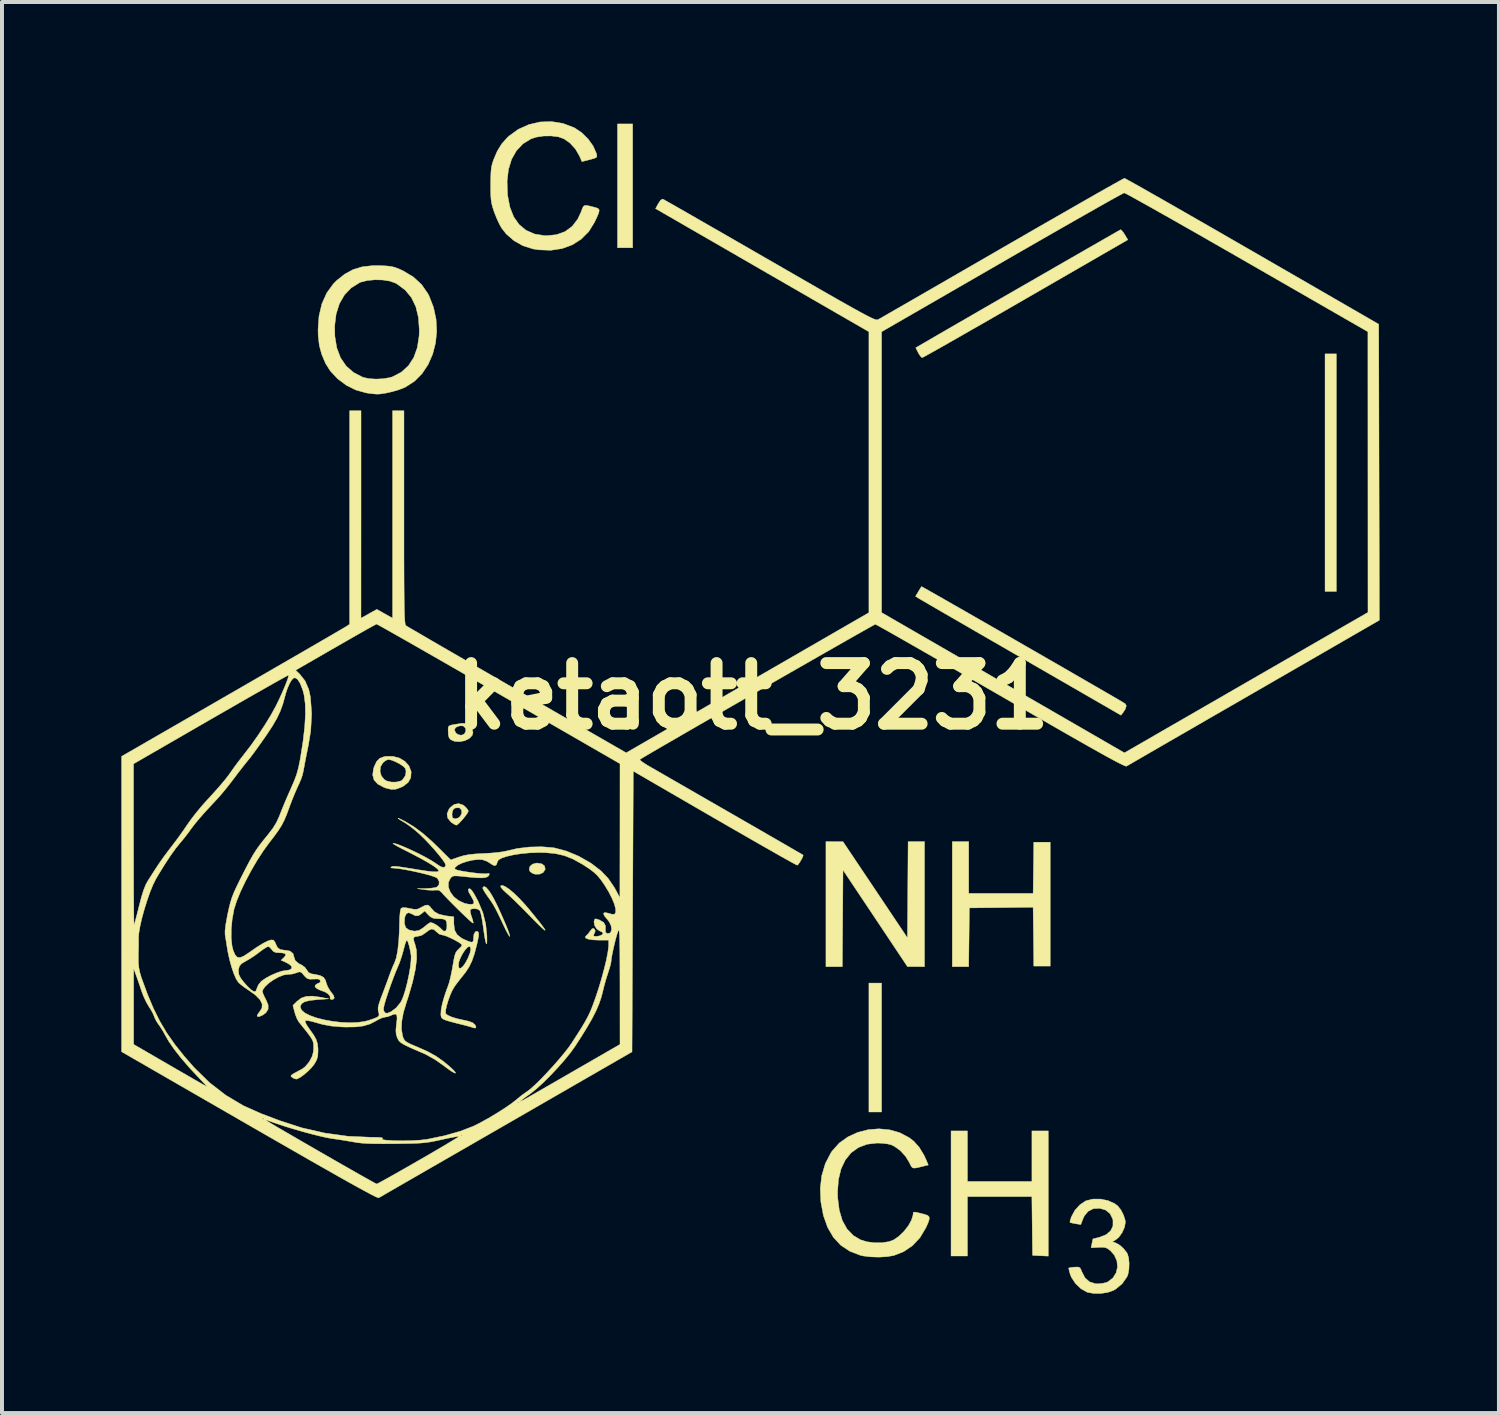
<source format=kicad_pcb>
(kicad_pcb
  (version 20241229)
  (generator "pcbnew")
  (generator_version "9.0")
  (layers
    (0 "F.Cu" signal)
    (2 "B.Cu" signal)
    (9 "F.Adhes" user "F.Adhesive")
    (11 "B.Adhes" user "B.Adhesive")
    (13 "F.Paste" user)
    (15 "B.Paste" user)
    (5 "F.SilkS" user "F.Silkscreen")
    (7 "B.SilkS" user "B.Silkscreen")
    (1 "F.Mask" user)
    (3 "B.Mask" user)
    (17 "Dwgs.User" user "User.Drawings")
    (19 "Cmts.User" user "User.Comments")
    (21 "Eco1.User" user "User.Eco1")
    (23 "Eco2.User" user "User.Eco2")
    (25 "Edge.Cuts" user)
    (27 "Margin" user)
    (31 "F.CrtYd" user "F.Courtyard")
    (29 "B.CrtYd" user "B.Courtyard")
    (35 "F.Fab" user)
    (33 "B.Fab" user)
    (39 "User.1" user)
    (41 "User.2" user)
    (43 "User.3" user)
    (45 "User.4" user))
  (footprint "ketaott_3231"
    (layer "F.Cu")
    (at 15.864 14.447)
    (property "Reference" "ketaott_3231" (at 0 0 0) (layer "F.SilkS") (effects (font (size 1.524 1.524) (thickness 0.3))))
    (attr through_hole)
    (fp_poly (pts (xy -3.016 -11.271) (xy -3.397 -11.271) (xy -3.397 -14.383) (xy -3.016 -14.383) (xy -3.016 -11.271)) (stroke (width 0.01) (type solid)) (fill yes) (layer "F.SilkS"))
    (fp_poly (pts (xy 3.239 10.446) (xy 2.921 10.446) (xy 2.921 7.207) (xy 3.239 7.207) (xy 3.239 10.446)) (stroke (width 0.01) (type solid)) (fill yes) (layer "F.SilkS"))
    (fp_poly (pts (xy 14.668 -2.635) (xy 14.383 -2.635) (xy 14.383 -8.604) (xy 14.668 -8.604) (xy 14.668 -2.635)) (stroke (width 0.01) (type solid)) (fill yes) (layer "F.SilkS"))
    (fp_poly (pts (xy -5.302 4.209) (xy -5.232 4.26) (xy -5.214 4.337) (xy -5.218 4.357) (xy -5.265 4.429) (xy -5.353 4.469) (xy -5.462 4.471) (xy -5.524 4.454) (xy -5.596 4.404) (xy -5.617 4.338) (xy -5.594 4.271) (xy -5.532 4.218) (xy -5.438 4.192) (xy -5.417 4.191) (xy -5.302 4.209)) (stroke (width 0.01) (type solid)) (fill yes) (layer "F.SilkS"))
    (fp_poly (pts (xy 5.397 12.192) (xy 7.017 12.192) (xy 7.017 10.922) (xy 7.429 10.922) (xy 7.429 14.068) (xy 7.231 14.059) (xy 7.033 14.049) (xy 7.024 13.311) (xy 7.016 12.573) (xy 5.397 12.573) (xy 5.397 14.065) (xy 4.985 14.065) (xy 4.985 10.922) (xy 5.397 10.922) (xy 5.397 12.192)) (stroke (width 0.01) (type solid)) (fill yes) (layer "F.SilkS"))
    (fp_poly (pts (xy 4.318 6.795) (xy 4.104 6.793) (xy 3.889 6.792) (xy 3.08 5.579) (xy 2.27 4.366) (xy 2.253 6.795) (xy 1.841 6.795) (xy 1.841 3.651) (xy 2.056 3.653) (xy 2.27 3.654) (xy 3.08 4.862) (xy 3.889 6.07) (xy 3.898 4.861) (xy 3.906 3.651) (xy 4.318 3.651) (xy 4.318 6.795)) (stroke (width 0.01) (type solid)) (fill yes) (layer "F.SilkS"))
    (fp_poly (pts (xy 5.429 4.953) (xy 7.047 4.953) (xy 7.056 4.31) (xy 7.064 3.667) (xy 7.477 3.667) (xy 7.477 6.779) (xy 7.064 6.779) (xy 7.056 6.04) (xy 7.047 5.301) (xy 6.246 5.31) (xy 5.445 5.318) (xy 5.437 6.056) (xy 5.428 6.795) (xy 5.016 6.795) (xy 5.016 3.651) (xy 5.429 3.651) (xy 5.429 4.953)) (stroke (width 0.01) (type solid)) (fill yes) (layer "F.SilkS"))
    (fp_poly (pts (xy -6.218 4.781) (xy -6.115 4.851) (xy -5.991 4.956) (xy -5.853 5.091) (xy -5.706 5.251) (xy -5.624 5.347) (xy -5.459 5.549) (xy -5.335 5.704) (xy -5.254 5.811) (xy -5.215 5.871) (xy -5.219 5.883) (xy -5.264 5.849) (xy -5.352 5.767) (xy -5.482 5.638) (xy -5.621 5.496) (xy -5.763 5.351) (xy -5.904 5.211) (xy -6.032 5.087) (xy -6.135 4.99) (xy -6.187 4.944) (xy -6.271 4.867) (xy -6.324 4.803) (xy -6.336 4.766) (xy -6.336 4.766) (xy -6.293 4.751) (xy -6.218 4.781)) (stroke (width 0.01) (type solid)) (fill yes) (layer "F.SilkS"))
    (fp_poly (pts (xy -6.7 4.802) (xy -6.629 4.884) (xy -6.563 4.984) (xy -6.509 5.081) (xy -6.443 5.21) (xy -6.372 5.359) (xy -6.301 5.517) (xy -6.233 5.672) (xy -6.174 5.813) (xy -6.13 5.929) (xy -6.105 6.008) (xy -6.102 6.036) (xy -6.119 6.022) (xy -6.156 5.961) (xy -6.207 5.864) (xy -6.251 5.772) (xy -6.339 5.585) (xy -6.407 5.445) (xy -6.461 5.338) (xy -6.508 5.254) (xy -6.554 5.18) (xy -6.606 5.105) (xy -6.651 5.042) (xy -6.718 4.944) (xy -6.766 4.863) (xy -6.785 4.816) (xy -6.784 4.811) (xy -6.752 4.778) (xy -6.7 4.802)) (stroke (width 0.01) (type solid)) (fill yes) (layer "F.SilkS"))
    (fp_poly (pts (xy -7.274 2.734) (xy -7.222 2.777) (xy -7.169 2.837) (xy -7.144 2.881) (xy -7.144 2.884) (xy -7.164 2.929) (xy -7.214 3.001) (xy -7.281 3.084) (xy -7.351 3.162) (xy -7.411 3.219) (xy -7.446 3.239) (xy -7.496 3.219) (xy -7.567 3.172) (xy -7.586 3.156) (xy -7.664 3.059) (xy -7.678 2.965) (xy -7.556 2.965) (xy -7.548 3.037) (xy -7.535 3.059) (xy -7.475 3.08) (xy -7.399 3.057) (xy -7.352 3.019) (xy -7.311 2.941) (xy -7.313 2.865) (xy -7.356 2.812) (xy -7.392 2.8) (xy -7.469 2.807) (xy -7.511 2.827) (xy -7.543 2.884) (xy -7.556 2.965) (xy -7.678 2.965) (xy -7.68 2.953) (xy -7.633 2.839) (xy -7.601 2.796) (xy -7.5 2.717) (xy -7.387 2.696) (xy -7.274 2.734)) (stroke (width 0.01) (type solid)) (fill yes) (layer "F.SilkS"))
    (fp_poly (pts (xy -7.193 0.683) (xy -7.104 0.734) (xy -7.05 0.821) (xy -7.028 0.911) (xy -7.047 0.981) (xy -7.123 1.062) (xy -7.237 1.117) (xy -7.368 1.141) (xy -7.495 1.131) (xy -7.581 1.094) (xy -7.626 1.048) (xy -7.647 0.979) (xy -7.652 0.889) (xy -7.652 0.84) (xy -7.493 0.84) (xy -7.466 0.914) (xy -7.402 0.963) (xy -7.322 0.979) (xy -7.25 0.95) (xy -7.245 0.946) (xy -7.208 0.875) (xy -7.216 0.802) (xy -7.265 0.75) (xy -7.284 0.744) (xy -7.367 0.743) (xy -7.444 0.772) (xy -7.489 0.82) (xy -7.493 0.84) (xy -7.652 0.84) (xy -7.653 0.82) (xy -7.649 0.774) (xy -7.629 0.745) (xy -7.582 0.725) (xy -7.497 0.709) (xy -7.364 0.688) (xy -7.319 0.681) (xy -7.193 0.683)) (stroke (width 0.01) (type solid)) (fill yes) (layer "F.SilkS"))
    (fp_poly (pts (xy 9.275 -11.705) (xy 9.322 -11.644) (xy 9.349 -11.602) (xy 9.427 -11.472) (xy 6.861 -9.991) (xy 6.49 -9.777) (xy 6.134 -9.572) (xy 5.797 -9.378) (xy 5.483 -9.199) (xy 5.197 -9.035) (xy 4.941 -8.889) (xy 4.72 -8.764) (xy 4.538 -8.661) (xy 4.398 -8.583) (xy 4.305 -8.532) (xy 4.262 -8.51) (xy 4.259 -8.509) (xy 4.225 -8.535) (xy 4.179 -8.6) (xy 4.161 -8.633) (xy 4.097 -8.758) (xy 4.343 -8.901) (xy 4.489 -8.986) (xy 4.673 -9.093) (xy 4.892 -9.22) (xy 5.139 -9.363) (xy 5.412 -9.52) (xy 5.703 -9.689) (xy 6.01 -9.866) (xy 6.327 -10.049) (xy 6.65 -10.235) (xy 6.974 -10.421) (xy 7.293 -10.605) (xy 7.605 -10.785) (xy 7.903 -10.956) (xy 8.183 -11.117) (xy 8.44 -11.265) (xy 8.671 -11.397) (xy 8.869 -11.511) (xy 9.03 -11.603) (xy 9.15 -11.672) (xy 9.224 -11.713) (xy 9.247 -11.726) (xy 9.275 -11.705)) (stroke (width 0.01) (type solid)) (fill yes) (layer "F.SilkS"))
    (fp_poly (pts (xy -8.88 1.551) (xy -8.741 1.633) (xy -8.639 1.746) (xy -8.585 1.884) (xy -8.582 1.906) (xy -8.592 2.048) (xy -8.658 2.165) (xy -8.781 2.26) (xy -8.84 2.289) (xy -8.965 2.334) (xy -9.08 2.34) (xy -9.211 2.309) (xy -9.269 2.287) (xy -9.421 2.206) (xy -9.514 2.104) (xy -9.549 1.977) (xy -9.536 1.885) (xy -9.364 1.885) (xy -9.332 1.999) (xy -9.258 2.091) (xy -9.196 2.128) (xy -9.08 2.155) (xy -8.957 2.155) (xy -8.849 2.13) (xy -8.796 2.096) (xy -8.728 1.994) (xy -8.71 1.884) (xy -8.731 1.81) (xy -8.781 1.759) (xy -8.87 1.699) (xy -8.977 1.644) (xy -9.08 1.603) (xy -9.153 1.588) (xy -9.214 1.609) (xy -9.283 1.661) (xy -9.288 1.665) (xy -9.35 1.767) (xy -9.364 1.885) (xy -9.536 1.885) (xy -9.528 1.822) (xy -9.511 1.768) (xy -9.45 1.638) (xy -9.372 1.559) (xy -9.261 1.517) (xy -9.223 1.51) (xy -9.044 1.508) (xy -8.88 1.551)) (stroke (width 0.01) (type solid)) (fill yes) (layer "F.SilkS"))
    (fp_poly (pts (xy 4.27 -2.743) (xy 4.348 -2.7) (xy 4.471 -2.63) (xy 4.636 -2.537) (xy 4.837 -2.422) (xy 5.069 -2.289) (xy 5.329 -2.141) (xy 5.611 -1.979) (xy 5.911 -1.807) (xy 6.223 -1.628) (xy 6.545 -1.443) (xy 6.869 -1.256) (xy 7.193 -1.07) (xy 7.512 -0.886) (xy 7.82 -0.709) (xy 8.113 -0.539) (xy 8.387 -0.381) (xy 8.636 -0.237) (xy 8.857 -0.109) (xy 9.044 -0.001) (xy 9.193 0.086) (xy 9.299 0.149) (xy 9.357 0.184) (xy 9.362 0.187) (xy 9.389 0.238) (xy 9.365 0.319) (xy 9.31 0.405) (xy 9.255 0.476) (xy 6.747 -0.971) (xy 6.379 -1.184) (xy 6.025 -1.388) (xy 5.69 -1.581) (xy 5.378 -1.762) (xy 5.093 -1.927) (xy 4.838 -2.074) (xy 4.618 -2.202) (xy 4.437 -2.307) (xy 4.299 -2.387) (xy 4.207 -2.441) (xy 4.166 -2.465) (xy 4.166 -2.465) (xy 4.093 -2.512) (xy 4.163 -2.629) (xy 4.208 -2.703) (xy 4.238 -2.751) (xy 4.242 -2.758) (xy 4.27 -2.743)) (stroke (width 0.01) (type solid)) (fill yes) (layer "F.SilkS"))
    (fp_poly (pts (xy 3.44 10.894) (xy 3.696 10.967) (xy 3.93 11.09) (xy 4.048 11.18) (xy 4.183 11.331) (xy 4.306 11.533) (xy 4.364 11.659) (xy 4.413 11.777) (xy 4.294 11.807) (xy 4.162 11.84) (xy 4.077 11.856) (xy 4.024 11.851) (xy 3.99 11.821) (xy 3.959 11.763) (xy 3.936 11.713) (xy 3.839 11.557) (xy 3.709 11.416) (xy 3.563 11.31) (xy 3.474 11.268) (xy 3.377 11.246) (xy 3.246 11.231) (xy 3.125 11.227) (xy 2.873 11.257) (xy 2.655 11.34) (xy 2.473 11.472) (xy 2.327 11.652) (xy 2.221 11.876) (xy 2.156 12.144) (xy 2.133 12.451) (xy 2.137 12.605) (xy 2.176 12.914) (xy 2.253 13.174) (xy 2.37 13.385) (xy 2.526 13.548) (xy 2.705 13.656) (xy 2.868 13.707) (xy 3.056 13.732) (xy 3.248 13.731) (xy 3.422 13.705) (xy 3.54 13.662) (xy 3.675 13.569) (xy 3.803 13.445) (xy 3.912 13.305) (xy 3.991 13.162) (xy 4.03 13.033) (xy 4.032 13.006) (xy 4.034 12.978) (xy 4.048 12.963) (xy 4.084 12.962) (xy 4.155 12.977) (xy 4.272 13.006) (xy 4.326 13.02) (xy 4.398 13.046) (xy 4.434 13.082) (xy 4.437 13.141) (xy 4.408 13.233) (xy 4.352 13.357) (xy 4.204 13.604) (xy 4.016 13.805) (xy 3.793 13.956) (xy 3.549 14.052) (xy 3.38 14.081) (xy 3.177 14.093) (xy 2.968 14.087) (xy 2.779 14.064) (xy 2.707 14.048) (xy 2.441 13.946) (xy 2.215 13.796) (xy 2.029 13.596) (xy 1.884 13.348) (xy 1.778 13.05) (xy 1.714 12.71) (xy 1.698 12.37) (xy 1.736 12.045) (xy 1.825 11.744) (xy 1.964 11.475) (xy 1.999 11.424) (xy 2.177 11.226) (xy 2.394 11.071) (xy 2.638 10.959) (xy 2.901 10.891) (xy 3.171 10.869) (xy 3.44 10.894)) (stroke (width 0.01) (type solid)) (fill yes) (layer "F.SilkS"))
    (fp_poly (pts (xy -9.354 -10.822) (xy -9.198 -10.814) (xy -9.083 -10.801) (xy -8.985 -10.777) (xy -8.882 -10.737) (xy -8.787 -10.693) (xy -8.529 -10.539) (xy -8.32 -10.347) (xy -8.159 -10.114) (xy -8.133 -10.064) (xy -8.02 -9.774) (xy -7.956 -9.475) (xy -7.94 -9.173) (xy -7.969 -8.878) (xy -8.042 -8.597) (xy -8.155 -8.338) (xy -8.307 -8.109) (xy -8.496 -7.918) (xy -8.72 -7.773) (xy -8.752 -7.757) (xy -8.889 -7.704) (xy -9.052 -7.656) (xy -9.219 -7.618) (xy -9.367 -7.596) (xy -9.446 -7.593) (xy -9.532 -7.6) (xy -9.648 -7.614) (xy -9.716 -7.625) (xy -9.971 -7.696) (xy -10.215 -7.818) (xy -10.434 -7.982) (xy -10.616 -8.178) (xy -10.733 -8.365) (xy -10.83 -8.593) (xy -10.89 -8.817) (xy -10.918 -9.06) (xy -10.922 -9.209) (xy -10.915 -9.31) (xy -10.504 -9.31) (xy -10.499 -9.046) (xy -10.451 -8.756) (xy -10.357 -8.507) (xy -10.216 -8.3) (xy -10.031 -8.138) (xy -9.802 -8.02) (xy -9.783 -8.013) (xy -9.64 -7.982) (xy -9.464 -7.971) (xy -9.281 -7.98) (xy -9.116 -8.009) (xy -9.053 -8.028) (xy -8.83 -8.144) (xy -8.651 -8.306) (xy -8.517 -8.512) (xy -8.427 -8.762) (xy -8.382 -9.053) (xy -8.377 -9.2) (xy -8.399 -9.517) (xy -8.464 -9.789) (xy -8.575 -10.019) (xy -8.731 -10.208) (xy -8.934 -10.359) (xy -8.985 -10.387) (xy -9.126 -10.435) (xy -9.304 -10.462) (xy -9.497 -10.466) (xy -9.685 -10.448) (xy -9.845 -10.408) (xy -9.878 -10.394) (xy -10.089 -10.263) (xy -10.258 -10.086) (xy -10.385 -9.866) (xy -10.467 -9.606) (xy -10.504 -9.31) (xy -10.915 -9.31) (xy -10.898 -9.554) (xy -10.825 -9.864) (xy -10.704 -10.134) (xy -10.537 -10.364) (xy -10.457 -10.445) (xy -10.251 -10.609) (xy -10.041 -10.723) (xy -9.814 -10.792) (xy -9.554 -10.822) (xy -9.354 -10.822)) (stroke (width 0.01) (type solid)) (fill yes) (layer "F.SilkS"))
    (fp_poly (pts (xy -4.768 -14.396) (xy -4.494 -14.292) (xy -4.468 -14.279) (xy -4.292 -14.16) (xy -4.134 -14.003) (xy -4.008 -13.826) (xy -3.928 -13.644) (xy -3.921 -13.617) (xy -3.914 -13.571) (xy -3.929 -13.541) (xy -3.978 -13.518) (xy -4.075 -13.491) (xy -4.096 -13.485) (xy -4.291 -13.436) (xy -4.349 -13.571) (xy -4.452 -13.75) (xy -4.594 -13.905) (xy -4.744 -14.01) (xy -4.885 -14.059) (xy -5.063 -14.081) (xy -5.254 -14.079) (xy -5.437 -14.051) (xy -5.572 -14.007) (xy -5.775 -13.882) (xy -5.937 -13.709) (xy -6.059 -13.493) (xy -6.137 -13.236) (xy -6.171 -12.943) (xy -6.16 -12.615) (xy -6.156 -12.576) (xy -6.1 -12.288) (xy -6.004 -12.046) (xy -5.868 -11.853) (xy -5.694 -11.71) (xy -5.483 -11.617) (xy -5.237 -11.577) (xy -5.175 -11.575) (xy -4.928 -11.6) (xy -4.714 -11.678) (xy -4.536 -11.809) (xy -4.396 -11.991) (xy -4.312 -12.17) (xy -4.28 -12.259) (xy -4.253 -12.312) (xy -4.217 -12.335) (xy -4.157 -12.333) (xy -4.059 -12.31) (xy -3.959 -12.284) (xy -3.899 -12.265) (xy -3.865 -12.24) (xy -3.857 -12.199) (xy -3.876 -12.129) (xy -3.922 -12.022) (xy -3.976 -11.909) (xy -4.12 -11.676) (xy -4.308 -11.488) (xy -4.532 -11.345) (xy -4.788 -11.251) (xy -5.071 -11.208) (xy -5.374 -11.219) (xy -5.516 -11.241) (xy -5.769 -11.32) (xy -5.999 -11.449) (xy -6.195 -11.62) (xy -6.312 -11.77) (xy -6.37 -11.876) (xy -6.434 -12.015) (xy -6.491 -12.159) (xy -6.497 -12.176) (xy -6.534 -12.287) (xy -6.559 -12.384) (xy -6.574 -12.482) (xy -6.582 -12.6) (xy -6.585 -12.755) (xy -6.585 -12.859) (xy -6.582 -13.047) (xy -6.576 -13.187) (xy -6.564 -13.295) (xy -6.543 -13.387) (xy -6.514 -13.475) (xy -6.418 -13.7) (xy -6.308 -13.88) (xy -6.17 -14.035) (xy -6.128 -14.075) (xy -5.891 -14.247) (xy -5.626 -14.366) (xy -5.345 -14.432) (xy -5.055 -14.442) (xy -4.768 -14.396)) (stroke (width 0.01) (type solid)) (fill yes) (layer "F.SilkS"))
    (fp_poly (pts (xy 8.928 12.673) (xy 9.094 12.746) (xy 9.172 12.805) (xy 9.252 12.905) (xy 9.319 13.035) (xy 9.36 13.166) (xy 9.366 13.222) (xy 9.343 13.345) (xy 9.284 13.477) (xy 9.203 13.591) (xy 9.138 13.647) (xy 9.04 13.709) (xy 9.116 13.732) (xy 9.211 13.783) (xy 9.312 13.87) (xy 9.396 13.973) (xy 9.417 14.008) (xy 9.447 14.111) (xy 9.46 14.248) (xy 9.455 14.394) (xy 9.432 14.524) (xy 9.41 14.583) (xy 9.287 14.76) (xy 9.12 14.899) (xy 9.065 14.93) (xy 8.922 14.98) (xy 8.75 15.006) (xy 8.574 15.006) (xy 8.422 14.98) (xy 8.402 14.973) (xy 8.249 14.887) (xy 8.113 14.757) (xy 8.011 14.603) (xy 7.982 14.534) (xy 7.956 14.444) (xy 7.943 14.382) (xy 7.944 14.366) (xy 7.98 14.356) (xy 8.057 14.347) (xy 8.092 14.344) (xy 8.178 14.342) (xy 8.225 14.361) (xy 8.255 14.417) (xy 8.272 14.462) (xy 8.352 14.615) (xy 8.466 14.715) (xy 8.613 14.761) (xy 8.67 14.764) (xy 8.784 14.754) (xy 8.888 14.73) (xy 8.921 14.717) (xy 9.051 14.618) (xy 9.133 14.488) (xy 9.168 14.34) (xy 9.152 14.186) (xy 9.086 14.04) (xy 8.997 13.939) (xy 8.926 13.882) (xy 8.863 13.853) (xy 8.783 13.845) (xy 8.693 13.848) (xy 8.505 13.859) (xy 8.526 13.748) (xy 8.541 13.674) (xy 8.551 13.637) (xy 8.552 13.635) (xy 8.582 13.627) (xy 8.656 13.609) (xy 8.715 13.594) (xy 8.881 13.529) (xy 8.994 13.434) (xy 9.053 13.313) (xy 9.054 13.169) (xy 9.045 13.13) (xy 8.979 12.999) (xy 8.867 12.909) (xy 8.719 12.867) (xy 8.561 12.876) (xy 8.43 12.942) (xy 8.332 13.061) (xy 8.3 13.132) (xy 8.245 13.275) (xy 8.115 13.254) (xy 8.031 13.238) (xy 7.979 13.224) (xy 7.973 13.221) (xy 7.975 13.187) (xy 7.997 13.115) (xy 8.013 13.071) (xy 8.099 12.915) (xy 8.222 12.779) (xy 8.363 12.684) (xy 8.381 12.676) (xy 8.551 12.634) (xy 8.74 12.634) (xy 8.928 12.673)) (stroke (width 0.01) (type solid)) (fill yes) (layer "F.SilkS"))
    (fp_poly (pts (xy -8.113 5.278) (xy -8.084 5.318) (xy -7.999 5.413) (xy -7.885 5.476) (xy -7.727 5.513) (xy -7.696 5.518) (xy -7.509 5.541) (xy -7.509 5.721) (xy -7.49 5.875) (xy -7.428 5.989) (xy -7.315 6.078) (xy -7.259 6.107) (xy -7.141 6.158) (xy -7.069 6.179) (xy -7.031 6.17) (xy -7.018 6.13) (xy -7.017 6.101) (xy -7.005 5.983) (xy -6.97 5.918) (xy -6.937 5.905) (xy -6.901 5.916) (xy -6.885 5.956) (xy -6.888 6.032) (xy -6.912 6.155) (xy -6.93 6.234) (xy -6.99 6.465) (xy -7.054 6.649) (xy -7.126 6.8) (xy -7.214 6.934) (xy -7.254 6.985) (xy -7.343 7.096) (xy -7.431 7.21) (xy -7.488 7.287) (xy -7.544 7.382) (xy -7.6 7.505) (xy -7.65 7.641) (xy -7.69 7.773) (xy -7.714 7.885) (xy -7.716 7.961) (xy -7.712 7.975) (xy -7.663 8.015) (xy -7.564 8.059) (xy -7.427 8.101) (xy -7.267 8.137) (xy -7.223 8.145) (xy -7.121 8.171) (xy -7.035 8.205) (xy -7.025 8.212) (xy -6.974 8.258) (xy -6.953 8.306) (xy -6.963 8.337) (xy -7.008 8.333) (xy -7.009 8.333) (xy -7.069 8.313) (xy -7.166 8.285) (xy -7.255 8.262) (xy -7.455 8.212) (xy -7.602 8.173) (xy -7.704 8.143) (xy -7.77 8.116) (xy -7.808 8.09) (xy -7.827 8.059) (xy -7.834 8.021) (xy -7.836 7.993) (xy -7.83 7.883) (xy -7.801 7.732) (xy -7.751 7.553) (xy -7.687 7.364) (xy -7.657 7.287) (xy -7.624 7.187) (xy -7.589 7.046) (xy -7.556 6.886) (xy -7.538 6.786) (xy -7.393 6.786) (xy -7.374 6.833) (xy -7.334 6.832) (xy -7.278 6.785) (xy -7.215 6.695) (xy -7.156 6.582) (xy -7.1 6.442) (xy -7.083 6.345) (xy -7.102 6.294) (xy -7.129 6.287) (xy -7.174 6.313) (xy -7.233 6.382) (xy -7.294 6.475) (xy -7.347 6.578) (xy -7.381 6.671) (xy -7.385 6.687) (xy -7.393 6.786) (xy -7.538 6.786) (xy -7.538 6.782) (xy -7.511 6.626) (xy -7.488 6.518) (xy -7.463 6.446) (xy -7.431 6.396) (xy -7.393 6.356) (xy -7.334 6.299) (xy -7.304 6.257) (xy -7.303 6.252) (xy -7.329 6.222) (xy -7.398 6.175) (xy -7.493 6.122) (xy -7.598 6.07) (xy -7.696 6.028) (xy -7.771 6.003) (xy -7.792 6.001) (xy -7.878 5.975) (xy -7.943 5.921) (xy -8.01 5.861) (xy -8.073 5.849) (xy -8.149 5.886) (xy -8.212 5.937) (xy -8.318 6.008) (xy -8.413 6.032) (xy -8.493 6.043) (xy -8.524 6.08) (xy -8.512 6.154) (xy -8.493 6.203) (xy -8.449 6.374) (xy -8.443 6.593) (xy -8.475 6.859) (xy -8.544 7.174) (xy -8.65 7.539) (xy -8.696 7.678) (xy -8.777 7.946) (xy -8.819 8.173) (xy -8.826 8.367) (xy -8.796 8.537) (xy -8.785 8.571) (xy -8.764 8.621) (xy -8.732 8.661) (xy -8.678 8.699) (xy -8.591 8.743) (xy -8.46 8.799) (xy -8.414 8.818) (xy -8.167 8.928) (xy -7.959 9.043) (xy -7.768 9.177) (xy -7.604 9.314) (xy -7.512 9.401) (xy -7.468 9.454) (xy -7.469 9.472) (xy -7.511 9.457) (xy -7.589 9.41) (xy -7.7 9.331) (xy -7.752 9.29) (xy -7.982 9.129) (xy -8.218 8.997) (xy -8.287 8.966) (xy -8.488 8.88) (xy -8.638 8.813) (xy -8.747 8.76) (xy -8.821 8.717) (xy -8.87 8.678) (xy -8.902 8.639) (xy -8.925 8.594) (xy -8.933 8.576) (xy -8.959 8.49) (xy -8.966 8.398) (xy -8.956 8.276) (xy -8.951 8.237) (xy -8.936 8.1) (xy -8.942 8.018) (xy -8.972 7.985) (xy -9.029 7.993) (xy -9.075 8.014) (xy -9.165 8.05) (xy -9.247 8.064) (xy -9.247 8.065) (xy -9.315 8.081) (xy -9.41 8.124) (xy -9.475 8.162) (xy -9.62 8.236) (xy -9.786 8.285) (xy -9.983 8.309) (xy -10.225 8.312) (xy -10.336 8.308) (xy -10.59 8.286) (xy -10.808 8.246) (xy -10.951 8.206) (xy -11.09 8.167) (xy -11.19 8.148) (xy -11.242 8.15) (xy -11.245 8.152) (xy -11.242 8.192) (xy -11.201 8.271) (xy -11.131 8.372) (xy -11.033 8.51) (xy -10.971 8.621) (xy -10.937 8.726) (xy -10.923 8.844) (xy -10.922 8.918) (xy -10.929 9.044) (xy -10.958 9.143) (xy -11.019 9.248) (xy -11.09 9.337) (xy -11.184 9.43) (xy -11.286 9.516) (xy -11.381 9.583) (xy -11.455 9.618) (xy -11.472 9.62) (xy -11.529 9.603) (xy -11.571 9.578) (xy -11.604 9.548) (xy -11.596 9.522) (xy -11.54 9.485) (xy -11.522 9.474) (xy -11.421 9.419) (xy -11.325 9.368) (xy -11.32 9.365) (xy -11.249 9.311) (xy -11.172 9.223) (xy -11.13 9.163) (xy -11.068 9.044) (xy -11.039 8.929) (xy -11.034 8.831) (xy -11.035 8.764) (xy -11.04 8.709) (xy -11.056 8.656) (xy -11.088 8.595) (xy -11.141 8.517) (xy -11.22 8.413) (xy -11.331 8.275) (xy -11.407 8.18) (xy -11.448 8.109) (xy -11.489 8.005) (xy -11.509 7.94) (xy -11.554 7.769) (xy -11.45 7.665) (xy -11.343 7.584) (xy -11.218 7.541) (xy -11.062 7.534) (xy -10.878 7.559) (xy -10.652 7.602) (xy -10.948 7.624) (xy -11.131 7.644) (xy -11.257 7.676) (xy -11.333 7.723) (xy -11.365 7.786) (xy -11.367 7.811) (xy -11.336 7.886) (xy -11.252 7.958) (xy -11.123 8.023) (xy -10.958 8.082) (xy -10.768 8.13) (xy -10.56 8.168) (xy -10.346 8.193) (xy -10.133 8.203) (xy -9.931 8.196) (xy -9.75 8.171) (xy -9.652 8.145) (xy -9.52 8.1) (xy -9.438 8.067) (xy -9.398 8.035) (xy -9.388 7.997) (xy -9.399 7.944) (xy -9.403 7.93) (xy -9.411 7.891) (xy -9.275 7.891) (xy -9.268 7.91) (xy -9.231 7.958) (xy -9.18 7.964) (xy -9.098 7.931) (xy -9.087 7.925) (xy -8.959 7.83) (xy -8.851 7.697) (xy -8.825 7.652) (xy -8.776 7.536) (xy -8.726 7.378) (xy -8.679 7.195) (xy -8.638 7.003) (xy -8.606 6.818) (xy -8.587 6.656) (xy -8.583 6.535) (xy -8.585 6.512) (xy -8.607 6.381) (xy -8.634 6.264) (xy -8.662 6.176) (xy -8.687 6.131) (xy -8.693 6.128) (xy -8.71 6.157) (xy -8.736 6.232) (xy -8.766 6.341) (xy -8.774 6.374) (xy -8.817 6.526) (xy -8.87 6.684) (xy -8.922 6.81) (xy -8.966 6.913) (xy -9.023 7.059) (xy -9.086 7.228) (xy -9.147 7.403) (xy -9.155 7.426) (xy -9.216 7.61) (xy -9.255 7.744) (xy -9.274 7.834) (xy -9.275 7.891) (xy -9.411 7.891) (xy -9.414 7.872) (xy -9.411 7.808) (xy -9.389 7.722) (xy -9.347 7.599) (xy -9.319 7.525) (xy -9.259 7.367) (xy -9.198 7.204) (xy -9.146 7.061) (xy -9.13 7.015) (xy -9.083 6.89) (xy -9.035 6.773) (xy -9.001 6.699) (xy -8.956 6.574) (xy -8.921 6.394) (xy -8.895 6.165) (xy -8.88 5.895) (xy -8.876 5.739) (xy -8.875 5.712) (xy -8.752 5.712) (xy -8.716 5.814) (xy -8.641 5.87) (xy -8.501 5.902) (xy -8.382 5.883) (xy -8.265 5.807) (xy -8.251 5.794) (xy -8.175 5.731) (xy -8.115 5.691) (xy -8.095 5.683) (xy -8.026 5.703) (xy -7.939 5.752) (xy -7.86 5.813) (xy -7.835 5.839) (xy -7.767 5.9) (xy -7.718 5.9) (xy -7.689 5.842) (xy -7.684 5.766) (xy -7.69 5.675) (xy -7.718 5.621) (xy -7.781 5.596) (xy -7.891 5.588) (xy -7.923 5.588) (xy -8.026 5.578) (xy -8.102 5.539) (xy -8.152 5.491) (xy -8.242 5.395) (xy -8.317 5.46) (xy -8.399 5.514) (xy -8.475 5.516) (xy -8.557 5.473) (xy -8.642 5.438) (xy -8.701 5.46) (xy -8.738 5.541) (xy -8.744 5.568) (xy -8.752 5.712) (xy -8.875 5.712) (xy -8.871 5.553) (xy -8.859 5.42) (xy -8.843 5.343) (xy -8.834 5.329) (xy -8.795 5.31) (xy -8.726 5.311) (xy -8.62 5.331) (xy -8.514 5.352) (xy -8.444 5.353) (xy -8.382 5.333) (xy -8.332 5.305) (xy -8.232 5.254) (xy -8.165 5.245) (xy -8.113 5.278)) (stroke (width 0.01) (type solid)) (fill yes) (layer "F.SilkS"))
    (fp_poly (pts (xy 9.375 -13.001) (xy 9.458 -12.956) (xy 9.59 -12.883) (xy 9.766 -12.784) (xy 9.983 -12.66) (xy 10.238 -12.516) (xy 10.527 -12.351) (xy 10.846 -12.168) (xy 11.193 -11.969) (xy 11.563 -11.757) (xy 11.953 -11.532) (xy 12.36 -11.297) (xy 12.557 -11.184) (xy 15.732 -9.35) (xy 15.748 -1.912) (xy 12.597 -0.093) (xy 12.184 0.145) (xy 11.787 0.374) (xy 11.407 0.593) (xy 11.05 0.8) (xy 10.718 0.991) (xy 10.415 1.166) (xy 10.145 1.322) (xy 9.91 1.458) (xy 9.715 1.571) (xy 9.563 1.659) (xy 9.458 1.72) (xy 9.402 1.752) (xy 9.395 1.756) (xy 9.375 1.755) (xy 9.333 1.739) (xy 9.266 1.708) (xy 9.17 1.66) (xy 9.044 1.593) (xy 8.886 1.507) (xy 8.692 1.399) (xy 8.46 1.269) (xy 8.188 1.114) (xy 7.873 0.935) (xy 7.513 0.728) (xy 7.105 0.493) (xy 6.647 0.229) (xy 6.231 -0.011) (xy 5.822 -0.247) (xy 5.427 -0.475) (xy 5.052 -0.691) (xy 4.698 -0.894) (xy 4.37 -1.082) (xy 4.071 -1.253) (xy 3.805 -1.405) (xy 3.575 -1.536) (xy 3.385 -1.644) (xy 3.238 -1.726) (xy 3.137 -1.782) (xy 3.087 -1.808) (xy 3.082 -1.81) (xy 3.051 -1.794) (xy 2.97 -1.75) (xy 2.843 -1.678) (xy 2.673 -1.582) (xy 2.466 -1.465) (xy 2.226 -1.328) (xy 1.957 -1.175) (xy 1.664 -1.008) (xy 1.35 -0.828) (xy 1.021 -0.64) (xy 0.681 -0.445) (xy 0.333 -0.245) (xy -0.017 -0.044) (xy -0.365 0.156) (xy -0.708 0.353) (xy -1.039 0.544) (xy -1.356 0.726) (xy -1.654 0.898) (xy -1.928 1.057) (xy -2.174 1.199) (xy -2.388 1.323) (xy -2.565 1.427) (xy -2.702 1.507) (xy -2.792 1.561) (xy -2.834 1.586) (xy -2.835 1.587) (xy -2.821 1.612) (xy -2.762 1.658) (xy -2.669 1.719) (xy -2.613 1.752) (xy -2.542 1.793) (xy -2.422 1.862) (xy -2.257 1.957) (xy -2.054 2.074) (xy -1.817 2.21) (xy -1.553 2.362) (xy -1.266 2.528) (xy -0.961 2.703) (xy -0.645 2.885) (xy -0.556 2.936) (xy -0.245 3.115) (xy 0.049 3.284) (xy 0.322 3.442) (xy 0.57 3.585) (xy 0.787 3.71) (xy 0.969 3.816) (xy 1.113 3.899) (xy 1.212 3.956) (xy 1.262 3.986) (xy 1.268 3.99) (xy 1.263 4.022) (xy 1.233 4.085) (xy 1.192 4.157) (xy 1.15 4.218) (xy 1.121 4.245) (xy 1.09 4.231) (xy 1.009 4.188) (xy 0.881 4.117) (xy 0.711 4.022) (xy 0.504 3.904) (xy 0.263 3.767) (xy -0.006 3.613) (xy -0.3 3.444) (xy -0.615 3.263) (xy -0.945 3.072) (xy -0.953 3.068) (xy -3 1.881) (xy -3.032 8.935) (xy -6.191 10.756) (xy -6.604 10.994) (xy -7.002 11.223) (xy -7.382 11.442) (xy -7.74 11.648) (xy -8.072 11.839) (xy -8.375 12.014) (xy -8.646 12.17) (xy -8.881 12.305) (xy -9.076 12.418) (xy -9.229 12.506) (xy -9.334 12.567) (xy -9.39 12.599) (xy -9.398 12.603) (xy -9.424 12.597) (xy -9.488 12.569) (xy -9.59 12.517) (xy -9.732 12.441) (xy -9.916 12.341) (xy -10.143 12.215) (xy -10.415 12.062) (xy -10.733 11.881) (xy -11.1 11.673) (xy -11.516 11.434) (xy -11.983 11.166) (xy -12.503 10.867) (xy -12.652 10.781) (xy -12.886 10.646) (xy -12.244 10.646) (xy -12.22 10.663) (xy -12.146 10.708) (xy -12.03 10.777) (xy -11.878 10.867) (xy -11.695 10.973) (xy -11.489 11.093) (xy -11.266 11.222) (xy -11.031 11.358) (xy -10.791 11.496) (xy -10.553 11.633) (xy -10.323 11.765) (xy -10.106 11.888) (xy -9.91 12) (xy -9.741 12.095) (xy -9.604 12.172) (xy -9.507 12.226) (xy -9.455 12.253) (xy -9.448 12.255) (xy -9.415 12.24) (xy -9.333 12.196) (xy -9.209 12.128) (xy -9.048 12.038) (xy -8.858 11.93) (xy -8.643 11.808) (xy -8.412 11.675) (xy -8.392 11.664) (xy -8.16 11.53) (xy -7.948 11.406) (xy -7.761 11.296) (xy -7.604 11.202) (xy -7.484 11.13) (xy -7.406 11.081) (xy -7.377 11.059) (xy -7.377 11.059) (xy -7.411 11.061) (xy -7.496 11.075) (xy -7.619 11.098) (xy -7.768 11.13) (xy -7.817 11.141) (xy -7.957 11.171) (xy -8.076 11.195) (xy -8.188 11.212) (xy -8.305 11.224) (xy -8.438 11.233) (xy -8.601 11.238) (xy -8.805 11.241) (xy -9.003 11.244) (xy -9.274 11.245) (xy -9.493 11.244) (xy -9.669 11.239) (xy -9.812 11.23) (xy -9.934 11.216) (xy -10.036 11.199) (xy -10.204 11.17) (xy -10.39 11.14) (xy -10.555 11.117) (xy -10.563 11.116) (xy -10.693 11.093) (xy -10.869 11.054) (xy -11.077 11.002) (xy -11.304 10.941) (xy -11.535 10.874) (xy -11.758 10.806) (xy -11.957 10.74) (xy -12.027 10.716) (xy -12.131 10.679) (xy -12.209 10.654) (xy -12.244 10.646) (xy -12.244 10.646) (xy -12.886 10.646) (xy -12.931 10.62) (xy -12.319 10.62) (xy -12.303 10.636) (xy -12.287 10.62) (xy -12.303 10.604) (xy -12.319 10.62) (xy -12.931 10.62) (xy -15.859 8.932) (xy -15.859 8.747) (xy -15.556 8.747) (xy -14.644 9.276) (xy -14.426 9.402) (xy -14.225 9.518) (xy -14.049 9.62) (xy -13.904 9.703) (xy -13.796 9.764) (xy -13.732 9.8) (xy -13.717 9.808) (xy -13.73 9.788) (xy -13.779 9.733) (xy -13.854 9.653) (xy -13.894 9.612) (xy -14.144 9.344) (xy -14.361 9.093) (xy -14.54 8.865) (xy -14.677 8.665) (xy -14.748 8.541) (xy -14.813 8.423) (xy -14.884 8.309) (xy -14.925 8.253) (xy -14.985 8.162) (xy -15.029 8.074) (xy -15.036 8.052) (xy -15.066 7.979) (xy -15.12 7.879) (xy -15.169 7.803) (xy -15.238 7.686) (xy -15.306 7.54) (xy -15.353 7.416) (xy -15.401 7.273) (xy -15.452 7.125) (xy -15.491 7.017) (xy -15.555 6.842) (xy -15.556 8.747) (xy -15.859 8.747) (xy -15.859 6.524) (xy -15.438 6.524) (xy -15.436 6.684) (xy -15.425 6.814) (xy -15.402 6.932) (xy -15.367 7.053) (xy -15.352 7.096) (xy -15.204 7.498) (xy -15.055 7.85) (xy -14.897 8.167) (xy -14.722 8.462) (xy -14.52 8.75) (xy -14.285 9.045) (xy -14.035 9.33) (xy -13.654 9.704) (xy -13.241 10.024) (xy -12.796 10.289) (xy -12.349 10.488) (xy -12.218 10.537) (xy -12.06 10.597) (xy -11.902 10.657) (xy -11.874 10.667) (xy -11.324 10.845) (xy -10.75 10.976) (xy -10.168 11.056) (xy -9.597 11.081) (xy -9.588 11.081) (xy -9.428 11.083) (xy -9.33 11.09) (xy -9.296 11.102) (xy -9.301 11.109) (xy -9.315 11.131) (xy -9.275 11.145) (xy -9.222 11.153) (xy -9.023 11.166) (xy -8.797 11.17) (xy -8.566 11.165) (xy -8.353 11.153) (xy -8.179 11.132) (xy -8.168 11.13) (xy -7.731 11.039) (xy -7.711 11.033) (xy -7.334 11.033) (xy -7.318 11.049) (xy -7.303 11.033) (xy -7.318 11.017) (xy -7.334 11.033) (xy -7.711 11.033) (xy -7.346 10.929) (xy -7.016 10.802) (xy -6.863 10.726) (xy -6.632 10.598) (xy -6.411 10.465) (xy -6.211 10.337) (xy -6.043 10.221) (xy -6.027 10.208) (xy -5.905 10.208) (xy -5.89 10.223) (xy -5.874 10.208) (xy -5.89 10.192) (xy -5.905 10.208) (xy -6.027 10.208) (xy -5.991 10.179) (xy -5.842 10.179) (xy -5.817 10.172) (xy -5.753 10.141) (xy -5.689 10.105) (xy -5.628 10.07) (xy -5.519 10.007) (xy -5.368 9.92) (xy -5.184 9.814) (xy -4.972 9.692) (xy -4.74 9.558) (xy -4.494 9.416) (xy -4.435 9.382) (xy -3.334 8.747) (xy -3.335 7.271) (xy -3.336 6.923) (xy -3.337 6.635) (xy -3.338 6.4) (xy -3.341 6.216) (xy -3.344 6.076) (xy -3.348 5.977) (xy -3.354 5.914) (xy -3.361 5.881) (xy -3.369 5.876) (xy -3.378 5.891) (xy -3.406 5.971) (xy -3.441 6.092) (xy -3.477 6.236) (xy -3.51 6.383) (xy -3.537 6.516) (xy -3.553 6.617) (xy -3.556 6.652) (xy -3.566 6.719) (xy -3.594 6.823) (xy -3.632 6.942) (xy -3.632 6.943) (xy -3.681 7.093) (xy -3.729 7.264) (xy -3.761 7.394) (xy -3.804 7.563) (xy -3.862 7.731) (xy -3.937 7.907) (xy -4.035 8.099) (xy -4.16 8.316) (xy -4.316 8.568) (xy -4.467 8.801) (xy -4.583 8.961) (xy -4.732 9.144) (xy -4.903 9.338) (xy -5.085 9.531) (xy -5.265 9.71) (xy -5.433 9.863) (xy -5.576 9.979) (xy -5.591 9.99) (xy -5.699 10.066) (xy -5.783 10.129) (xy -5.833 10.169) (xy -5.842 10.179) (xy -5.991 10.179) (xy -5.921 10.124) (xy -5.917 10.12) (xy -5.813 10.034) (xy -5.699 9.952) (xy -5.664 9.929) (xy -5.577 9.862) (xy -5.459 9.755) (xy -5.319 9.618) (xy -5.168 9.459) (xy -5.012 9.289) (xy -4.862 9.118) (xy -4.726 8.955) (xy -4.613 8.809) (xy -4.548 8.715) (xy -4.409 8.5) (xy -4.3 8.327) (xy -4.216 8.186) (xy -4.15 8.066) (xy -4.097 7.957) (xy -4.05 7.849) (xy -4.028 7.792) (xy -3.947 7.57) (xy -3.868 7.331) (xy -3.795 7.087) (xy -3.731 6.849) (xy -3.678 6.631) (xy -3.641 6.442) (xy -3.621 6.296) (xy -3.619 6.247) (xy -3.619 6.128) (xy -3.86 6.128) (xy -4.015 6.121) (xy -4.129 6.104) (xy -4.195 6.077) (xy -4.207 6.043) (xy -4.186 6.02) (xy -4.135 5.969) (xy -4.081 5.897) (xy -4.035 5.84) (xy -3.997 5.834) (xy -3.981 5.845) (xy -3.955 5.895) (xy -3.969 5.938) (xy -3.995 5.994) (xy -4 6.015) (xy -3.975 6.032) (xy -3.914 6.033) (xy -3.843 6.019) (xy -3.788 5.994) (xy -3.778 5.985) (xy -3.76 5.948) (xy -3.788 5.922) (xy -3.835 5.903) (xy -3.916 5.848) (xy -3.971 5.763) (xy -3.988 5.67) (xy -3.98 5.635) (xy -3.966 5.601) (xy -3.947 5.592) (xy -3.9 5.604) (xy -3.846 5.623) (xy -3.744 5.683) (xy -3.697 5.771) (xy -3.701 5.857) (xy -3.697 5.928) (xy -3.655 5.964) (xy -3.594 5.952) (xy -3.57 5.933) (xy -3.545 5.867) (xy -3.556 5.774) (xy -3.6 5.674) (xy -3.667 5.588) (xy -3.721 5.525) (xy -3.746 5.471) (xy -3.747 5.468) (xy -3.736 5.441) (xy -3.695 5.436) (xy -3.615 5.454) (xy -3.534 5.478) (xy -3.472 5.477) (xy -3.442 5.429) (xy -3.444 5.343) (xy -3.475 5.223) (xy -3.534 5.078) (xy -3.618 4.914) (xy -3.725 4.739) (xy -3.726 4.737) (xy -3.817 4.606) (xy -3.902 4.504) (xy -3.995 4.417) (xy -4.111 4.33) (xy -4.266 4.229) (xy -4.293 4.213) (xy -4.517 4.089) (xy -4.732 4.004) (xy -4.959 3.952) (xy -5.215 3.929) (xy -5.397 3.926) (xy -5.613 3.935) (xy -5.821 3.955) (xy -6.012 3.985) (xy -6.176 4.022) (xy -6.303 4.064) (xy -6.384 4.109) (xy -6.409 4.145) (xy -6.438 4.232) (xy -6.484 4.259) (xy -6.553 4.227) (xy -6.577 4.208) (xy -6.674 4.148) (xy -6.783 4.109) (xy -6.787 4.108) (xy -6.902 4.102) (xy -7.037 4.117) (xy -7.177 4.149) (xy -7.307 4.193) (xy -7.412 4.244) (xy -7.475 4.298) (xy -7.486 4.322) (xy -7.476 4.345) (xy -7.43 4.365) (xy -7.341 4.386) (xy -7.2 4.41) (xy -7.121 4.422) (xy -6.967 4.442) (xy -6.831 4.455) (xy -6.728 4.46) (xy -6.675 4.457) (xy -6.624 4.45) (xy -6.619 4.478) (xy -6.623 4.489) (xy -6.652 4.529) (xy -6.709 4.553) (xy -6.801 4.564) (xy -6.937 4.56) (xy -7.126 4.544) (xy -7.166 4.54) (xy -7.324 4.523) (xy -7.431 4.514) (xy -7.499 4.514) (xy -7.542 4.524) (xy -7.57 4.544) (xy -7.594 4.571) (xy -7.646 4.68) (xy -7.644 4.8) (xy -7.597 4.922) (xy -7.511 5.037) (xy -7.392 5.132) (xy -7.248 5.2) (xy -7.155 5.222) (xy -7.055 5.229) (xy -7.007 5.207) (xy -7.008 5.15) (xy -7.057 5.055) (xy -7.076 5.023) (xy -7.135 4.919) (xy -7.148 4.857) (xy -7.141 4.842) (xy -7.108 4.835) (xy -7.063 4.872) (xy -7.004 4.959) (xy -6.927 5.1) (xy -6.9 5.151) (xy -6.78 5.436) (xy -6.708 5.725) (xy -6.679 6.017) (xy -6.677 6.146) (xy -6.681 6.215) (xy -6.692 6.225) (xy -6.708 6.179) (xy -6.729 6.077) (xy -6.754 5.922) (xy -6.775 5.769) (xy -6.797 5.625) (xy -6.821 5.501) (xy -6.844 5.414) (xy -6.859 5.38) (xy -6.916 5.347) (xy -6.995 5.335) (xy -7.066 5.345) (xy -7.097 5.367) (xy -7.098 5.413) (xy -7.078 5.495) (xy -7.062 5.542) (xy -7.034 5.628) (xy -7.022 5.688) (xy -7.025 5.702) (xy -7.051 5.686) (xy -7.113 5.633) (xy -7.201 5.551) (xy -7.307 5.45) (xy -7.423 5.336) (xy -7.54 5.22) (xy -7.649 5.109) (xy -7.741 5.013) (xy -7.808 4.939) (xy -7.82 4.924) (xy -7.887 4.872) (xy -7.963 4.87) (xy -8.041 4.875) (xy -8.154 4.87) (xy -8.239 4.861) (xy -8.43 4.834) (xy -8.213 4.83) (xy -8.093 4.823) (xy -7.992 4.81) (xy -7.935 4.793) (xy -7.884 4.736) (xy -7.878 4.658) (xy -7.916 4.583) (xy -7.946 4.558) (xy -8.012 4.53) (xy -8.125 4.494) (xy -8.273 4.455) (xy -8.44 4.416) (xy -8.612 4.379) (xy -8.775 4.349) (xy -8.915 4.327) (xy -9.016 4.318) (xy -9.017 4.318) (xy -9.085 4.313) (xy -9.094 4.299) (xy -9.079 4.287) (xy -9.057 4.277) (xy -9.028 4.272) (xy -8.982 4.273) (xy -8.91 4.28) (xy -8.804 4.295) (xy -8.656 4.318) (xy -8.456 4.35) (xy -8.382 4.362) (xy -8.178 4.393) (xy -8.032 4.409) (xy -7.939 4.41) (xy -7.895 4.396) (xy -7.891 4.374) (xy -7.932 4.328) (xy -8.025 4.26) (xy -8.163 4.174) (xy -8.341 4.074) (xy -8.552 3.963) (xy -8.663 3.906) (xy -8.804 3.835) (xy -8.92 3.773) (xy -9.002 3.726) (xy -9.04 3.7) (xy -9.041 3.697) (xy -9.001 3.697) (xy -8.916 3.723) (xy -8.797 3.769) (xy -8.654 3.831) (xy -8.5 3.903) (xy -8.343 3.98) (xy -8.196 4.058) (xy -8.069 4.131) (xy -7.972 4.194) (xy -7.958 4.204) (xy -7.847 4.277) (xy -7.768 4.302) (xy -7.724 4.278) (xy -7.715 4.236) (xy -7.736 4.186) (xy -7.794 4.102) (xy -7.88 3.992) (xy -7.987 3.865) (xy -8.106 3.732) (xy -8.229 3.602) (xy -8.348 3.485) (xy -8.379 3.456) (xy -8.498 3.353) (xy -8.625 3.255) (xy -8.735 3.18) (xy -8.755 3.168) (xy -8.862 3.104) (xy -8.913 3.068) (xy -8.908 3.062) (xy -8.848 3.087) (xy -8.739 3.142) (xy -8.518 3.275) (xy -8.294 3.441) (xy -8.056 3.649) (xy -7.882 3.818) (xy -7.588 4.111) (xy -7.38 4.039) (xy -7.263 4.004) (xy -7.134 3.979) (xy -6.977 3.962) (xy -6.774 3.95) (xy -6.754 3.95) (xy -6.582 3.94) (xy -6.42 3.925) (xy -6.285 3.908) (xy -6.195 3.89) (xy -6.191 3.889) (xy -5.913 3.824) (xy -5.607 3.788) (xy -5.3 3.781) (xy -5.017 3.804) (xy -4.967 3.813) (xy -4.676 3.891) (xy -4.374 4.017) (xy -4.082 4.183) (xy -4.033 4.216) (xy -3.807 4.391) (xy -3.627 4.581) (xy -3.475 4.806) (xy -3.429 4.889) (xy -3.337 5.064) (xy -3.335 3.379) (xy -3.334 1.694) (xy -6.38 -0.062) (xy -6.784 -0.295) (xy -7.174 -0.519) (xy -7.545 -0.732) (xy -7.893 -0.932) (xy -8.215 -1.116) (xy -8.508 -1.284) (xy -8.768 -1.432) (xy -8.992 -1.559) (xy -9.175 -1.663) (xy -9.315 -1.741) (xy -9.407 -1.792) (xy -9.449 -1.814) (xy -9.451 -1.815) (xy -9.484 -1.799) (xy -9.565 -1.755) (xy -9.689 -1.686) (xy -9.848 -1.596) (xy -10.038 -1.488) (xy -10.25 -1.366) (xy -10.48 -1.234) (xy -10.481 -1.234) (xy -11.485 -0.655) (xy -11.383 -0.558) (xy -11.247 -0.386) (xy -11.154 -0.169) (xy -11.113 0.022) (xy -11.082 0.437) (xy -11.106 0.868) (xy -11.161 1.209) (xy -11.195 1.378) (xy -11.228 1.542) (xy -11.255 1.682) (xy -11.271 1.773) (xy -11.294 1.893) (xy -11.317 1.988) (xy -11.348 2.079) (xy -11.394 2.187) (xy -11.447 2.302) (xy -11.507 2.44) (xy -11.575 2.607) (xy -11.638 2.772) (xy -11.651 2.81) (xy -11.714 2.98) (xy -11.774 3.121) (xy -11.841 3.25) (xy -11.925 3.381) (xy -12.034 3.531) (xy -12.143 3.672) (xy -12.299 3.886) (xy -12.457 4.13) (xy -12.609 4.391) (xy -12.749 4.655) (xy -12.871 4.911) (xy -12.967 5.145) (xy -13.031 5.344) (xy -13.037 5.373) (xy -13.08 5.61) (xy -13.102 5.849) (xy -13.104 6.073) (xy -13.084 6.267) (xy -13.056 6.382) (xy -13.008 6.494) (xy -12.953 6.555) (xy -12.882 6.566) (xy -12.787 6.528) (xy -12.657 6.442) (xy -12.65 6.437) (xy -12.465 6.308) (xy -12.305 6.209) (xy -12.177 6.145) (xy -12.1 6.122) (xy -12.043 6.127) (xy -12.006 6.172) (xy -11.988 6.217) (xy -11.941 6.313) (xy -11.871 6.364) (xy -11.761 6.381) (xy -11.742 6.381) (xy -11.625 6.403) (xy -11.55 6.465) (xy -11.525 6.554) (xy -11.495 6.642) (xy -11.403 6.719) (xy -11.329 6.755) (xy -11.253 6.81) (xy -11.202 6.88) (xy -11.161 6.94) (xy -11.098 6.972) (xy -11.017 6.986) (xy -10.876 7.014) (xy -10.786 7.06) (xy -10.734 7.134) (xy -10.717 7.197) (xy -10.68 7.299) (xy -10.618 7.402) (xy -10.602 7.422) (xy -10.532 7.516) (xy -10.513 7.582) (xy -10.544 7.616) (xy -10.575 7.62) (xy -10.619 7.607) (xy -10.619 7.586) (xy -10.621 7.538) (xy -10.667 7.481) (xy -10.739 7.433) (xy -10.789 7.414) (xy -10.885 7.379) (xy -10.948 7.346) (xy -10.997 7.304) (xy -10.994 7.266) (xy -10.984 7.253) (xy -10.928 7.214) (xy -10.9 7.207) (xy -10.866 7.183) (xy -10.865 7.152) (xy -10.884 7.118) (xy -10.931 7.104) (xy -11.024 7.106) (xy -11.033 7.106) (xy -11.131 7.109) (xy -11.194 7.092) (xy -11.247 7.045) (xy -11.276 7.011) (xy -11.333 6.946) (xy -11.376 6.924) (xy -11.43 6.935) (xy -11.467 6.95) (xy -11.573 6.98) (xy -11.679 6.989) (xy -11.785 7.004) (xy -11.91 7.052) (xy -12.038 7.122) (xy -12.157 7.206) (xy -12.252 7.294) (xy -12.309 7.376) (xy -12.319 7.419) (xy -12.304 7.473) (xy -12.266 7.558) (xy -12.233 7.621) (xy -12.176 7.755) (xy -12.176 7.864) (xy -12.233 7.953) (xy -12.31 8.01) (xy -12.398 8.049) (xy -12.447 8.047) (xy -12.45 8.009) (xy -12.401 7.941) (xy -12.397 7.936) (xy -12.332 7.837) (xy -12.326 7.734) (xy -12.38 7.625) (xy -12.494 7.508) (xy -12.669 7.383) (xy -12.685 7.373) (xy -12.79 7.301) (xy -12.885 7.225) (xy -12.927 7.185) (xy -12.98 7.103) (xy -13.037 6.973) (xy -13.056 6.917) (xy -12.922 6.917) (xy -12.909 6.997) (xy -12.865 7.085) (xy -12.783 7.191) (xy -12.689 7.295) (xy -12.594 7.384) (xy -12.529 7.422) (xy -12.486 7.409) (xy -12.46 7.346) (xy -12.457 7.334) (xy -12.42 7.25) (xy -12.353 7.167) (xy -12.339 7.154) (xy -12.235 7.083) (xy -12.103 7.011) (xy -11.961 6.95) (xy -11.83 6.906) (xy -11.733 6.89) (xy -11.639 6.876) (xy -11.587 6.84) (xy -11.585 6.791) (xy -11.613 6.758) (xy -11.683 6.711) (xy -11.76 6.672) (xy -11.852 6.633) (xy -11.783 6.569) (xy -11.735 6.509) (xy -11.746 6.469) (xy -11.815 6.449) (xy -11.892 6.445) (xy -11.989 6.438) (xy -12.048 6.409) (xy -12.084 6.366) (xy -12.133 6.309) (xy -12.174 6.287) (xy -12.216 6.305) (xy -12.293 6.353) (xy -12.387 6.422) (xy -12.401 6.433) (xy -12.518 6.519) (xy -12.641 6.599) (xy -12.736 6.654) (xy -12.841 6.716) (xy -12.898 6.781) (xy -12.92 6.866) (xy -12.922 6.917) (xy -13.056 6.917) (xy -13.093 6.807) (xy -13.145 6.62) (xy -13.188 6.426) (xy -13.206 6.318) (xy -13.226 6.189) (xy -13.246 6.067) (xy -13.258 5.997) (xy -13.26 5.898) (xy -13.242 5.742) (xy -13.204 5.529) (xy -13.19 5.46) (xy -13.155 5.301) (xy -13.121 5.17) (xy -13.083 5.05) (xy -13.035 4.928) (xy -12.971 4.788) (xy -12.886 4.615) (xy -12.837 4.518) (xy -12.726 4.3) (xy -12.634 4.127) (xy -12.554 3.986) (xy -12.478 3.865) (xy -12.398 3.751) (xy -12.306 3.632) (xy -12.195 3.496) (xy -12.184 3.482) (xy -12.059 3.32) (xy -11.967 3.17) (xy -11.891 3.004) (xy -11.874 2.958) (xy -11.817 2.814) (xy -11.744 2.638) (xy -11.664 2.452) (xy -11.601 2.312) (xy -11.518 2.12) (xy -11.458 1.956) (xy -11.413 1.792) (xy -11.374 1.601) (xy -11.365 1.55) (xy -11.299 1.131) (xy -11.257 0.766) (xy -11.239 0.454) (xy -11.244 0.189) (xy -11.273 -0.031) (xy -11.307 -0.161) (xy -11.371 -0.324) (xy -11.435 -0.425) (xy -11.498 -0.464) (xy -11.533 -0.459) (xy -11.582 -0.414) (xy -11.637 -0.322) (xy -11.692 -0.198) (xy -11.738 -0.057) (xy -11.75 -0.011) (xy -11.805 0.191) (xy -11.871 0.374) (xy -11.956 0.553) (xy -12.068 0.747) (xy -12.214 0.969) (xy -12.226 0.986) (xy -12.337 1.145) (xy -12.447 1.299) (xy -12.546 1.435) (xy -12.624 1.538) (xy -12.651 1.572) (xy -12.732 1.671) (xy -12.833 1.799) (xy -12.937 1.933) (xy -12.972 1.98) (xy -13.101 2.15) (xy -13.205 2.284) (xy -13.297 2.396) (xy -13.387 2.502) (xy -13.49 2.616) (xy -13.617 2.752) (xy -13.662 2.8) (xy -13.789 2.939) (xy -13.913 3.081) (xy -14.021 3.211) (xy -14.099 3.313) (xy -14.107 3.324) (xy -14.198 3.45) (xy -14.3 3.581) (xy -14.377 3.672) (xy -14.493 3.815) (xy -14.629 4.004) (xy -14.775 4.226) (xy -14.925 4.469) (xy -14.996 4.589) (xy -15.068 4.734) (xy -15.144 4.92) (xy -15.218 5.132) (xy -15.288 5.356) (xy -15.349 5.577) (xy -15.395 5.781) (xy -15.424 5.953) (xy -15.432 6.064) (xy -15.431 6.179) (xy -15.431 6.279) (xy -15.432 6.318) (xy -15.438 6.524) (xy -15.859 6.524) (xy -15.859 1.698) (xy -15.558 1.698) (xy -15.558 3.728) (xy -15.557 4.08) (xy -15.557 4.412) (xy -15.556 4.719) (xy -15.555 4.996) (xy -15.553 5.238) (xy -15.552 5.438) (xy -15.55 5.593) (xy -15.548 5.696) (xy -15.546 5.742) (xy -15.545 5.744) (xy -15.533 5.71) (xy -15.51 5.626) (xy -15.477 5.502) (xy -15.438 5.349) (xy -15.417 5.264) (xy -15.358 5.039) (xy -15.304 4.867) (xy -15.252 4.736) (xy -15.199 4.639) (xy -15.124 4.522) (xy -15.038 4.387) (xy -14.979 4.296) (xy -14.896 4.172) (xy -14.796 4.031) (xy -14.709 3.914) (xy -14.576 3.74) (xy -14.471 3.601) (xy -14.384 3.481) (xy -14.302 3.366) (xy -14.216 3.24) (xy -14.174 3.179) (xy -14.076 3.044) (xy -13.951 2.886) (xy -13.817 2.727) (xy -13.72 2.619) (xy -13.533 2.415) (xy -13.384 2.246) (xy -13.263 2.103) (xy -13.164 1.975) (xy -13.081 1.857) (xy -13.009 1.756) (xy -12.914 1.629) (xy -12.815 1.502) (xy -12.795 1.476) (xy -12.613 1.24) (xy -12.428 0.979) (xy -12.252 0.711) (xy -12.096 0.455) (xy -11.973 0.229) (xy -11.895 0.068) (xy -11.822 -0.093) (xy -11.757 -0.244) (xy -11.706 -0.373) (xy -11.673 -0.469) (xy -11.662 -0.524) (xy -11.664 -0.53) (xy -11.693 -0.517) (xy -11.772 -0.474) (xy -11.898 -0.405) (xy -12.065 -0.311) (xy -12.269 -0.195) (xy -12.507 -0.06) (xy -12.773 0.092) (xy -13.062 0.258) (xy -13.372 0.436) (xy -13.617 0.577) (xy -15.558 1.698) (xy -15.859 1.698) (xy -15.859 1.51) (xy -13.078 -0.094) (xy -12.69 -0.318) (xy -12.316 -0.534) (xy -11.961 -0.74) (xy -11.628 -0.932) (xy -11.32 -1.11) (xy -11.042 -1.271) (xy -10.798 -1.413) (xy -10.591 -1.533) (xy -10.425 -1.63) (xy -10.304 -1.701) (xy -10.232 -1.743) (xy -10.213 -1.755) (xy -10.128 -1.811) (xy -10.128 -4.493) (xy -10.128 -7.176) (xy -9.842 -7.176) (xy -9.842 -4.569) (xy -9.843 -1.963) (xy -9.644 -2.074) (xy -9.445 -2.185) (xy -9.049 -1.963) (xy -9.049 -4.569) (xy -9.049 -7.176) (xy -8.763 -7.176) (xy -8.763 -4.497) (xy -8.763 -4.016) (xy -8.763 -3.596) (xy -8.762 -3.231) (xy -8.761 -2.918) (xy -8.759 -2.653) (xy -8.757 -2.432) (xy -8.754 -2.251) (xy -8.751 -2.106) (xy -8.747 -1.993) (xy -8.742 -1.909) (xy -8.736 -1.849) (xy -8.73 -1.809) (xy -8.722 -1.787) (xy -8.715 -1.778) (xy -8.682 -1.757) (xy -8.597 -1.706) (xy -8.464 -1.629) (xy -8.288 -1.526) (xy -8.072 -1.4) (xy -7.82 -1.254) (xy -7.535 -1.089) (xy -7.222 -0.908) (xy -6.883 -0.712) (xy -6.524 -0.505) (xy -6.148 -0.288) (xy -5.923 -0.159) (xy -3.178 1.42) (xy -0.129 -0.341) (xy 2.921 -2.102) (xy 2.921 -2.104) (xy 3.239 -2.104) (xy 6.29 -0.342) (xy 9.342 1.421) (xy 9.982 1.052) (xy 10.108 0.979) (xy 10.284 0.877) (xy 10.504 0.75) (xy 10.763 0.601) (xy 11.055 0.433) (xy 11.375 0.248) (xy 11.718 0.051) (xy 12.077 -0.157) (xy 12.448 -0.371) (xy 12.825 -0.588) (xy 13.042 -0.713) (xy 15.462 -2.109) (xy 15.461 -5.635) (xy 15.46 -9.16) (xy 12.425 -10.906) (xy 12.02 -11.139) (xy 11.63 -11.362) (xy 11.259 -11.575) (xy 10.909 -11.774) (xy 10.586 -11.958) (xy 10.291 -12.124) (xy 10.03 -12.272) (xy 9.804 -12.398) (xy 9.619 -12.501) (xy 9.477 -12.579) (xy 9.383 -12.629) (xy 9.339 -12.65) (xy 9.337 -12.651) (xy 9.303 -12.635) (xy 9.217 -12.589) (xy 9.084 -12.516) (xy 8.907 -12.417) (xy 8.689 -12.294) (xy 8.434 -12.149) (xy 8.145 -11.985) (xy 7.827 -11.804) (xy 7.483 -11.607) (xy 7.116 -11.396) (xy 6.729 -11.174) (xy 6.328 -10.943) (xy 6.261 -10.904) (xy 3.239 -9.16) (xy 3.239 -2.104) (xy 2.921 -2.104) (xy 2.921 -5.631) (xy 2.921 -9.16) (xy 0.391 -10.62) (xy 0.019 -10.835) (xy -0.339 -11.042) (xy -0.68 -11.239) (xy -1 -11.424) (xy -1.294 -11.593) (xy -1.559 -11.746) (xy -1.789 -11.879) (xy -1.981 -11.99) (xy -2.131 -12.076) (xy -2.235 -12.136) (xy -2.288 -12.167) (xy -2.289 -12.168) (xy -2.44 -12.254) (xy -2.371 -12.382) (xy -2.313 -12.468) (xy -2.264 -12.494) (xy -2.254 -12.492) (xy -2.22 -12.474) (xy -2.136 -12.426) (xy -2.003 -12.351) (xy -1.828 -12.251) (xy -1.613 -12.128) (xy -1.362 -11.984) (xy -1.079 -11.821) (xy -0.768 -11.643) (xy -0.433 -11.45) (xy -0.077 -11.245) (xy 0.295 -11.03) (xy 0.435 -10.95) (xy 0.877 -10.695) (xy 1.267 -10.47) (xy 1.609 -10.273) (xy 1.906 -10.103) (xy 2.161 -9.957) (xy 2.378 -9.835) (xy 2.56 -9.733) (xy 2.709 -9.651) (xy 2.831 -9.586) (xy 2.926 -9.536) (xy 3 -9.501) (xy 3.055 -9.477) (xy 3.095 -9.464) (xy 3.123 -9.46) (xy 3.142 -9.461) (xy 3.149 -9.465) (xy 3.186 -9.485) (xy 3.274 -9.536) (xy 3.41 -9.614) (xy 3.59 -9.718) (xy 3.811 -9.845) (xy 4.068 -9.993) (xy 4.359 -10.161) (xy 4.68 -10.346) (xy 5.026 -10.546) (xy 5.395 -10.759) (xy 5.783 -10.983) (xy 6.186 -11.216) (xy 6.263 -11.261) (xy 6.668 -11.494) (xy 7.057 -11.719) (xy 7.428 -11.932) (xy 7.777 -12.132) (xy 8.1 -12.317) (xy 8.393 -12.485) (xy 8.654 -12.634) (xy 8.878 -12.761) (xy 9.063 -12.865) (xy 9.204 -12.943) (xy 9.297 -12.995) (xy 9.34 -13.016) (xy 9.343 -13.017) (xy 9.375 -13.001)) (stroke (width 0.01) (type solid)) (fill yes) (layer "F.SilkS")))
  (gr_rect
    (start -3 -3)
    (end 34.617 32.458)
    (stroke (width 0.1) (type default))
    (fill no)
    (layer "Edge.Cuts")))
</source>
